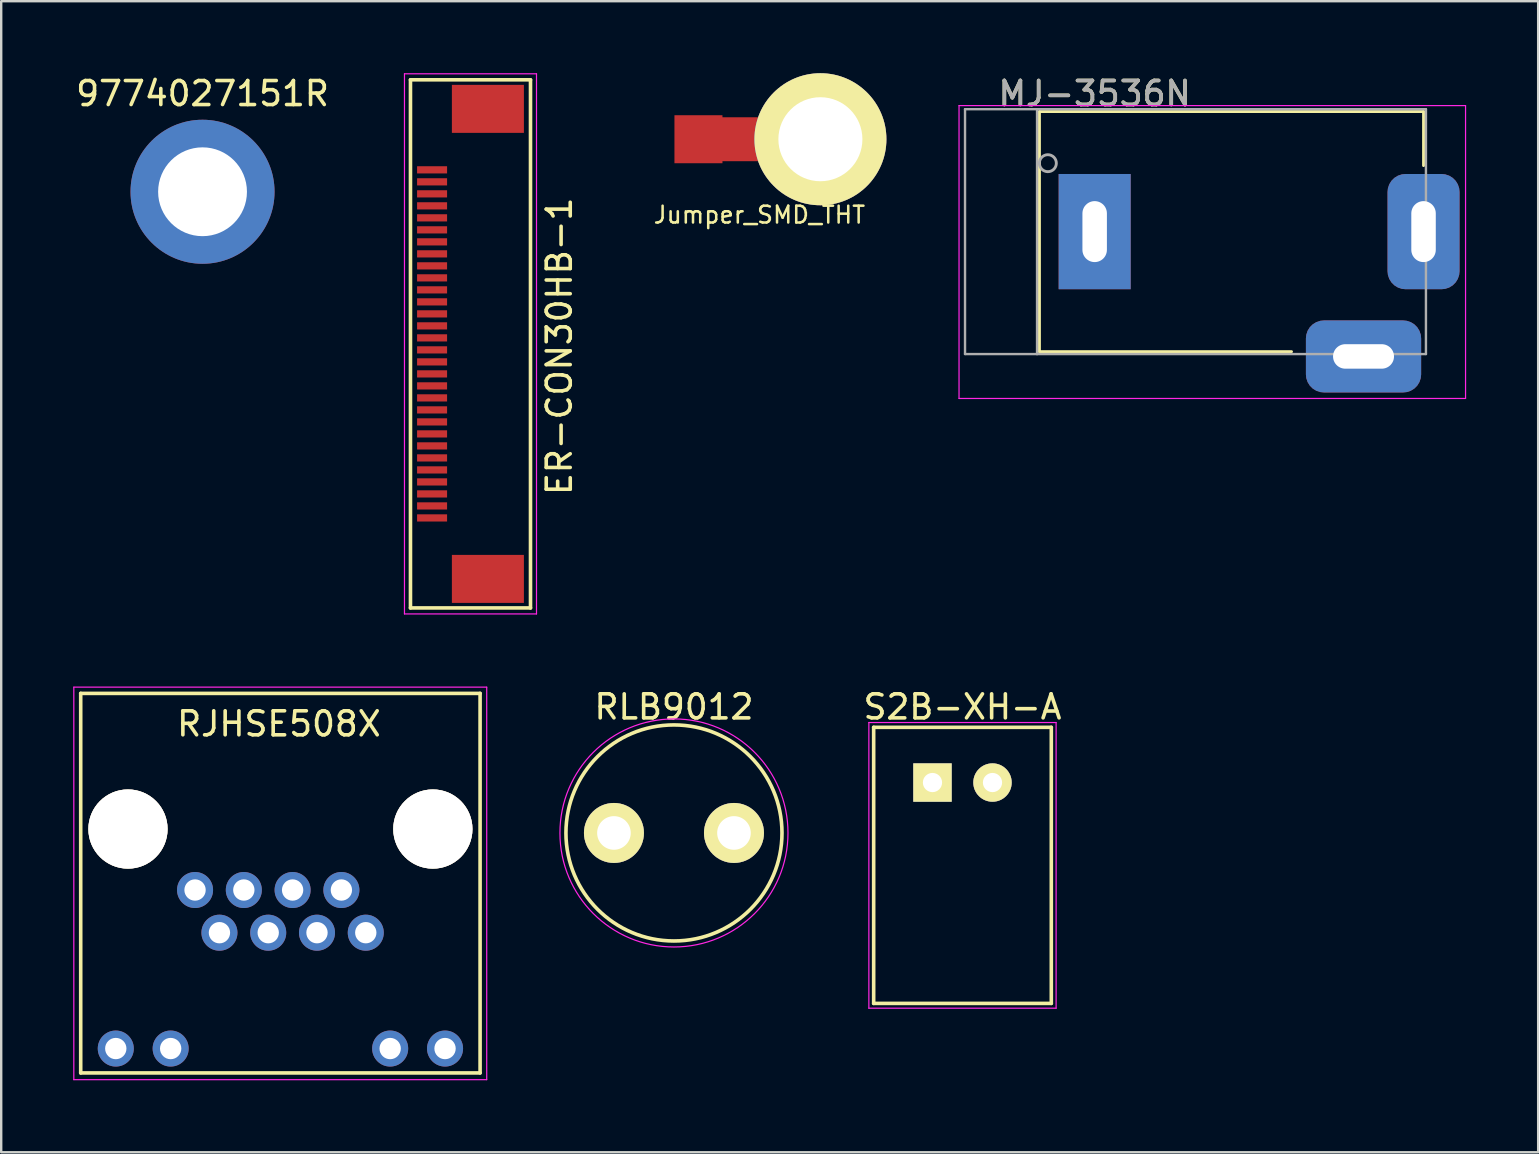
<source format=kicad_pcb>
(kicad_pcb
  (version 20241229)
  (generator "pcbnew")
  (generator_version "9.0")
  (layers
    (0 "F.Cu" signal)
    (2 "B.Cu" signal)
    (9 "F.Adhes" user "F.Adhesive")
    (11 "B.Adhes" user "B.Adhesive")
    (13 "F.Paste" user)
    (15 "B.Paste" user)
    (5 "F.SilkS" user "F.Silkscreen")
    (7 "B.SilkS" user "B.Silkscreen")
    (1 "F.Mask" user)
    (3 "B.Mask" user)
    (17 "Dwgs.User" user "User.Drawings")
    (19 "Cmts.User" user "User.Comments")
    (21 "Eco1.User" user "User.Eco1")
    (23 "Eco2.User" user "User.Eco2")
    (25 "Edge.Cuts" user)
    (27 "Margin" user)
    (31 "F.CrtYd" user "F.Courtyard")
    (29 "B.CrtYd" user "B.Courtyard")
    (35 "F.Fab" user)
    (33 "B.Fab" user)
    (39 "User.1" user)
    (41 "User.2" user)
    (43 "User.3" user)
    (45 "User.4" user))
  (footprint "S2B-XH-A"
    (layer "F.Cu")
    (at 35.794 29.548)
    (property "Reference" "S2B-XH-A" (at 1.25 -3.15 0) (layer "F.SilkS") (effects (font (size 1 1) (thickness 0.15))))
    (attr through_hole)
    (fp_line (start -2.45 -2.3) (end 4.95 -2.3) (stroke (width 0.15) (type solid)) (layer "F.SilkS"))
    (fp_line (start -2.45 9.2) (end -2.45 -2.3) (stroke (width 0.15) (type solid)) (layer "F.SilkS"))
    (fp_line (start -2.45 9.2) (end 4.95 9.2) (stroke (width 0.15) (type solid)) (layer "F.SilkS"))
    (fp_line (start 4.95 9.2) (end 4.95 -2.3) (stroke (width 0.15) (type solid)) (layer "F.SilkS"))
    (fp_line (start -2.65 -2.5) (end -2.65 9.4) (stroke (width 0.05) (type solid)) (layer "F.CrtYd"))
    (fp_line (start -2.65 -2.5) (end 5.15 -2.5) (stroke (width 0.05) (type solid)) (layer "F.CrtYd"))
    (fp_line (start -2.65 9.4) (end 5.15 9.4) (stroke (width 0.05) (type solid)) (layer "F.CrtYd"))
    (fp_line (start 5.15 -2.5) (end 5.15 9.4) (stroke (width 0.05) (type solid)) (layer "F.CrtYd"))
    (pad "1" thru_hole rect (at 0 0) (size 1.6 1.6) (drill 0.8) (layers "*.Cu" "*.Mask" "F.SilkS"))
    (pad "2" thru_hole oval (at 2.5 0) (size 1.6 1.6) (drill 0.8) (layers "*.Cu" "*.Mask" "F.SilkS")))
  (footprint "MJ-3536N"
    (layer "F.Cu")
    (at 42.55 6.598)
    (property "Reference" "MJ-3536N" (at 0 -5.75 0) (layer "F.SilkS") (effects (font (size 1 1) (thickness 0.15))))
    (attr through_hole)
    (fp_line (start -2.3 -5) (end -2.3 5) (stroke (width 0.12) (type solid)) (layer "F.SilkS"))
    (fp_line (start -2.3 -5) (end 13.7 -5) (stroke (width 0.12) (type solid)) (layer "F.SilkS"))
    (fp_line (start 8.2 5) (end -2.3 5) (stroke (width 0.12) (type solid)) (layer "F.SilkS"))
    (fp_line (start 13.7 -2.75) (end 13.7 -5) (stroke (width 0.12) (type solid)) (layer "F.SilkS"))
    (fp_line (start -5.65 -5.25) (end -5.65 6.95) (stroke (width 0.05) (type solid)) (layer "F.CrtYd"))
    (fp_line (start -5.65 6.95) (end 15.45 6.95) (stroke (width 0.05) (type solid)) (layer "F.CrtYd"))
    (fp_line (start 15.45 -5.25) (end -5.65 -5.25) (stroke (width 0.05) (type solid)) (layer "F.CrtYd"))
    (fp_line (start 15.45 6.95) (end 15.45 -5.25) (stroke (width 0.05) (type solid)) (layer "F.CrtYd"))
    (fp_line (start -5.4 -5.1) (end -5.4 5.1) (stroke (width 0.1) (type solid)) (layer "F.Fab"))
    (fp_line (start -5.4 5.1) (end -2.4 5.1) (stroke (width 0.1) (type solid)) (layer "F.Fab"))
    (fp_line (start -2.4 -5.1) (end -5.4 -5.1) (stroke (width 0.1) (type solid)) (layer "F.Fab"))
    (fp_line (start -2.4 -5.1) (end -2.4 5.1) (stroke (width 0.1) (type solid)) (layer "F.Fab"))
    (fp_line (start -2.4 -5.1) (end 13.8 -5.1) (stroke (width 0.1) (type solid)) (layer "F.Fab"))
    (fp_line (start -2.4 5.1) (end 13.8 5.1) (stroke (width 0.1) (type solid)) (layer "F.Fab"))
    (fp_line (start 13.8 -5.1) (end 13.8 5.1) (stroke (width 0.1) (type solid)) (layer "F.Fab"))
    (fp_circle (center -1.95 -2.85) (end -1.9 -2.5) (stroke (width 0.12) (type solid)) (fill no) (layer "F.Fab"))
    (fp_text user "${REFERENCE}" (at 0 -5.75 0) (layer "F.Fab") (effects (font (size 1 1) (thickness 0.15))))
    (pad "1" thru_hole rect (at 0 0) (size 3 4.8) (drill oval 1.02 2.54) (layers "*.Cu" "*.Mask"))
    (pad "2" thru_hole roundrect (at 13.7 0) (size 3 4.8) (drill oval 1.02 2.54) (layers "*.Cu" "*.Mask") (roundrect_rratio 0.25))
    (pad "3" thru_hole roundrect (at 11.2 5.2) (size 4.8 3) (drill oval 2.54 1.02) (layers "*.Cu" "*.Mask") (roundrect_rratio 0.25)))
  (footprint "ER-CON30HB-1"
    (layer "F.Cu")
    (at 16.549 11.275)
    (property "Reference" "ER-CON30HB-1" (at 3.7 0.1 90) (layer "F.SilkS") (effects (font (size 1 1) (thickness 0.15))))
    (attr smd)
    (fp_line (start -2.5 -11) (end 2.5 -11) (stroke (width 0.15) (type solid)) (layer "F.SilkS"))
    (fp_line (start -2.5 11) (end -2.5 -11) (stroke (width 0.15) (type solid)) (layer "F.SilkS"))
    (fp_line (start -2.5 11) (end 2.5 11) (stroke (width 0.15) (type solid)) (layer "F.SilkS"))
    (fp_line (start 2.5 11) (end 2.5 -11) (stroke (width 0.15) (type solid)) (layer "F.SilkS"))
    (fp_line (start -2.75 -11.25) (end 2.75 -11.25) (stroke (width 0.05) (type solid)) (layer "F.CrtYd"))
    (fp_line (start -2.75 11.25) (end -2.75 -11.25) (stroke (width 0.05) (type solid)) (layer "F.CrtYd"))
    (fp_line (start -2.75 11.25) (end 2.75 11.25) (stroke (width 0.05) (type solid)) (layer "F.CrtYd"))
    (fp_line (start 2.75 11.25) (end 2.75 -11.25) (stroke (width 0.05) (type solid)) (layer "F.CrtYd"))
    (pad "" smd rect (at 0.725 -9.79 90) (size 2 3) (layers "F.Cu" "F.Mask" "F.Paste"))
    (pad "" smd rect (at 0.725 9.79 90) (size 2 3) (layers "F.Cu" "F.Mask" "F.Paste"))
    (pad "1" smd rect (at -1.6 -7.25 90) (size 0.3 1.25) (layers "F.Cu" "F.Mask" "F.Paste"))
    (pad "2" smd rect (at -1.6 -6.75 90) (size 0.3 1.25) (layers "F.Cu" "F.Mask" "F.Paste"))
    (pad "3" smd rect (at -1.6 -6.25 90) (size 0.3 1.25) (layers "F.Cu" "F.Mask" "F.Paste"))
    (pad "4" smd rect (at -1.6 -5.75 90) (size 0.3 1.25) (layers "F.Cu" "F.Mask" "F.Paste"))
    (pad "5" smd rect (at -1.6 -5.25 90) (size 0.3 1.25) (layers "F.Cu" "F.Mask" "F.Paste"))
    (pad "6" smd rect (at -1.6 -4.75 90) (size 0.3 1.25) (layers "F.Cu" "F.Mask" "F.Paste"))
    (pad "7" smd rect (at -1.6 -4.25 90) (size 0.3 1.25) (layers "F.Cu" "F.Mask" "F.Paste"))
    (pad "8" smd rect (at -1.6 -3.75 90) (size 0.3 1.25) (layers "F.Cu" "F.Mask" "F.Paste"))
    (pad "9" smd rect (at -1.6 -3.25 90) (size 0.3 1.25) (layers "F.Cu" "F.Mask" "F.Paste"))
    (pad "10" smd rect (at -1.6 -2.75 90) (size 0.3 1.25) (layers "F.Cu" "F.Mask" "F.Paste"))
    (pad "11" smd rect (at -1.6 -2.25 90) (size 0.3 1.25) (layers "F.Cu" "F.Mask" "F.Paste"))
    (pad "12" smd rect (at -1.6 -1.75 90) (size 0.3 1.25) (layers "F.Cu" "F.Mask" "F.Paste"))
    (pad "13" smd rect (at -1.6 -1.25 90) (size 0.3 1.25) (layers "F.Cu" "F.Mask" "F.Paste"))
    (pad "14" smd rect (at -1.6 -0.75 90) (size 0.3 1.25) (layers "F.Cu" "F.Mask" "F.Paste"))
    (pad "15" smd rect (at -1.6 -0.25 90) (size 0.3 1.25) (layers "F.Cu" "F.Mask" "F.Paste"))
    (pad "16" smd rect (at -1.6 0.25 90) (size 0.3 1.25) (layers "F.Cu" "F.Mask" "F.Paste"))
    (pad "17" smd rect (at -1.6 0.75 90) (size 0.3 1.25) (layers "F.Cu" "F.Mask" "F.Paste"))
    (pad "18" smd rect (at -1.6 1.25 90) (size 0.3 1.25) (layers "F.Cu" "F.Mask" "F.Paste"))
    (pad "19" smd rect (at -1.6 1.75 90) (size 0.3 1.25) (layers "F.Cu" "F.Mask" "F.Paste"))
    (pad "20" smd rect (at -1.6 2.25 90) (size 0.3 1.25) (layers "F.Cu" "F.Mask" "F.Paste"))
    (pad "21" smd rect (at -1.6 2.75 90) (size 0.3 1.25) (layers "F.Cu" "F.Mask" "F.Paste"))
    (pad "22" smd rect (at -1.6 3.25 90) (size 0.3 1.25) (layers "F.Cu" "F.Mask" "F.Paste"))
    (pad "23" smd rect (at -1.6 3.75 90) (size 0.3 1.25) (layers "F.Cu" "F.Mask" "F.Paste"))
    (pad "24" smd rect (at -1.6 4.25 90) (size 0.3 1.25) (layers "F.Cu" "F.Mask" "F.Paste"))
    (pad "25" smd rect (at -1.6 4.75 90) (size 0.3 1.25) (layers "F.Cu" "F.Mask" "F.Paste"))
    (pad "26" smd rect (at -1.6 5.25 90) (size 0.3 1.25) (layers "F.Cu" "F.Mask" "F.Paste"))
    (pad "27" smd rect (at -1.6 5.75 90) (size 0.3 1.25) (layers "F.Cu" "F.Mask" "F.Paste"))
    (pad "28" smd rect (at -1.6 6.25 90) (size 0.3 1.25) (layers "F.Cu" "F.Mask" "F.Paste"))
    (pad "29" smd rect (at -1.6 6.75 90) (size 0.3 1.25) (layers "F.Cu" "F.Mask" "F.Paste"))
    (pad "30" smd rect (at -1.6 7.25 90) (size 0.3 1.25) (layers "F.Cu" "F.Mask" "F.Paste")))
  (footprint "RJHSE508X"
    (layer "F.Cu")
    (at 5.075 34.025)
    (property "Reference" "RJHSE508X" (at 3.493 -6.921 0) (layer "F.SilkS") (effects (font (size 1 1) (thickness 0.15))))
    (attr through_hole)
    (fp_line (start -4.763 -8.191) (end -4.763 7.62) (stroke (width 0.15) (type solid)) (layer "F.SilkS"))
    (fp_line (start 11.874 -8.191) (end -4.763 -8.191) (stroke (width 0.15) (type solid)) (layer "F.SilkS"))
    (fp_line (start 11.874 -8.191) (end 11.874 7.62) (stroke (width 0.15) (type solid)) (layer "F.SilkS"))
    (fp_line (start 11.874 7.62) (end -4.763 7.62) (stroke (width 0.15) (type solid)) (layer "F.SilkS"))
    (fp_line (start -5.05 -8.45) (end -5.05 7.9) (stroke (width 0.05) (type solid)) (layer "F.CrtYd"))
    (fp_line (start -5.05 7.9) (end 12.15 7.9) (stroke (width 0.05) (type solid)) (layer "F.CrtYd"))
    (fp_line (start 12.15 -8.45) (end -5.05 -8.45) (stroke (width 0.05) (type solid)) (layer "F.CrtYd"))
    (fp_line (start 12.15 7.9) (end 12.15 -8.45) (stroke (width 0.05) (type solid)) (layer "F.CrtYd"))
    (pad "" thru_hole circle (at -2.794 -2.54) (size 3.3 3.3) (drill 3.3) (layers "*.Cu" "*.Mask" "F.SilkS"))
    (pad "" thru_hole circle (at 9.906 -2.54) (size 3.3 3.3) (drill 3.3) (layers "*.Cu" "*.Mask" "F.SilkS"))
    (pad "1" thru_hole circle (at 0 0) (size 1.501 1.501) (drill 0.889) (layers "*.Cu" "*.Mask"))
    (pad "2" thru_hole circle (at 1.016 1.778) (size 1.501 1.501) (drill 0.889) (layers "*.Cu" "*.Mask"))
    (pad "3" thru_hole circle (at 2.032 0) (size 1.501 1.501) (drill 0.889) (layers "*.Cu" "*.Mask"))
    (pad "4" thru_hole circle (at 3.048 1.778) (size 1.501 1.501) (drill 0.889) (layers "*.Cu" "*.Mask"))
    (pad "5" thru_hole circle (at 4.064 0) (size 1.501 1.501) (drill 0.889) (layers "*.Cu" "*.Mask"))
    (pad "6" thru_hole circle (at 5.08 1.778) (size 1.501 1.501) (drill 0.889) (layers "*.Cu" "*.Mask"))
    (pad "7" thru_hole circle (at 6.096 0) (size 1.501 1.501) (drill 0.889) (layers "*.Cu" "*.Mask"))
    (pad "8" thru_hole circle (at 7.112 1.778) (size 1.501 1.501) (drill 0.889) (layers "*.Cu" "*.Mask"))
    (pad "9" thru_hole circle (at -3.302 6.604) (size 1.501 1.501) (drill 0.889) (layers "*.Cu" "*.Mask"))
    (pad "10" thru_hole circle (at -1.016 6.604) (size 1.501 1.501) (drill 0.889) (layers "*.Cu" "*.Mask"))
    (pad "11" thru_hole circle (at 8.128 6.604) (size 1.501 1.501) (drill 0.889) (layers "*.Cu" "*.Mask"))
    (pad "12" thru_hole circle (at 10.414 6.604) (size 1.501 1.501) (drill 0.889) (layers "*.Cu" "*.Mask")))
  (footprint "9774027151R"
    (layer "F.Cu")
    (at 5.387 4.938)
    (property "Reference" "9774027151R" (at 0 -4.089 0) (layer "F.SilkS") (effects (font (size 1 1) (thickness 0.15))))
    (attr through_hole)
    (pad "" thru_hole circle (at 0 0) (size 6 6) (drill 3.7) (layers "*.Cu")))
  (footprint "Jumper_SMD_THT"
    (layer "F.Cu")
    (at 26.045 2.75)
    (property "Reference" "Jumper_SMD_THT" (at 2.54 3.15 0) (layer "F.SilkS") (effects (font (size 0.7 0.7) (thickness 0.105))))
    (attr through_hole)
    (fp_line (start 0.762 -0.762) (end 3.5 -0.762) (stroke (width 0.305) (type solid)) (layer "F.Cu"))
    (fp_line (start 0.762 -0.254) (end 3.5 -0.254) (stroke (width 0.305) (type solid)) (layer "F.Cu"))
    (fp_line (start 0.762 0.254) (end 4.318 0.254) (stroke (width 0.305) (type solid)) (layer "F.Cu"))
    (fp_line (start 0.762 0.762) (end 4.318 0.762) (stroke (width 0.305) (type solid)) (layer "F.Cu"))
    (fp_line (start 3.5 -0.508) (end 0.762 -0.508) (stroke (width 0.305) (type solid)) (layer "F.Cu"))
    (fp_line (start 3.5 0) (end 0.762 0) (stroke (width 0.305) (type solid)) (layer "F.Cu"))
    (fp_line (start 4.318 0.508) (end 0.762 0.508) (stroke (width 0.305) (type solid)) (layer "F.Cu"))
    (pad "1" smd rect (at 0 0) (size 2 2) (layers "F.Cu" "F.Mask" "F.Paste"))
    (pad "2" thru_hole circle (at 5.08 0) (size 5.5 5.5) (drill 3.5) (layers "*.Cu" "*.Mask" "F.SilkS")))
  (footprint "RLB9012"
    (layer "F.Cu")
    (at 25.025 31.648)
    (property "Reference" "RLB9012" (at 0 -5.25 0) (layer "F.SilkS") (effects (font (size 1 1) (thickness 0.15))))
    (attr through_hole)
    (fp_circle (center 0 0) (end 4.5 0) (stroke (width 0.15) (type solid)) (fill no) (layer "F.SilkS"))
    (fp_circle (center 0 0) (end 4.75 0) (stroke (width 0.05) (type solid)) (fill no) (layer "F.CrtYd"))
    (pad "1" thru_hole circle (at -2.5 0) (size 2.499 2.499) (drill 1.4) (layers "*.Cu" "*.Mask" "F.SilkS"))
    (pad "2" thru_hole circle (at 2.5 0) (size 2.499 2.499) (drill 1.4) (layers "*.Cu" "*.Mask" "F.SilkS")))
  (gr_rect
    (start -3 -3)
    (end 61.025 44.95)
    (stroke (width 0.1) (type default))
    (fill no)
    (layer "Edge.Cuts")))
</source>
